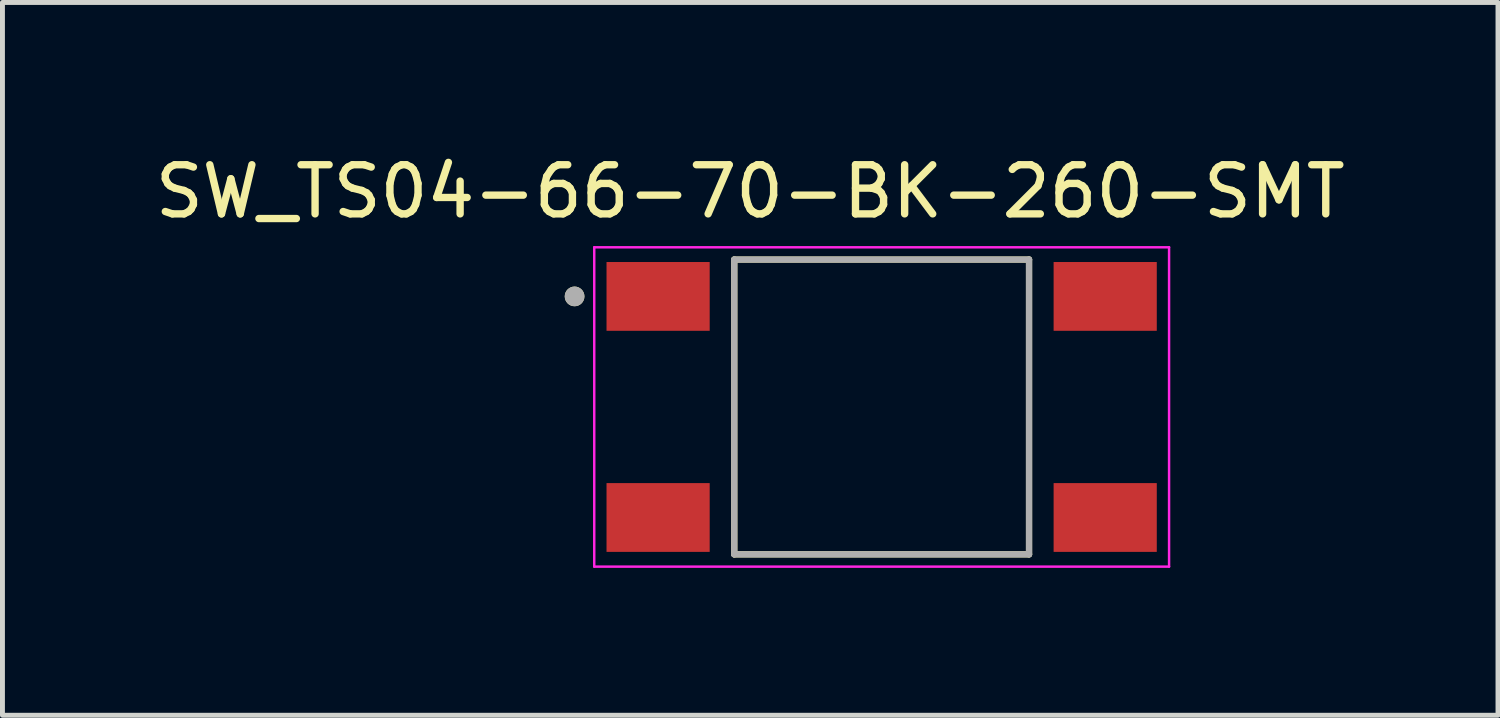
<source format=kicad_pcb>
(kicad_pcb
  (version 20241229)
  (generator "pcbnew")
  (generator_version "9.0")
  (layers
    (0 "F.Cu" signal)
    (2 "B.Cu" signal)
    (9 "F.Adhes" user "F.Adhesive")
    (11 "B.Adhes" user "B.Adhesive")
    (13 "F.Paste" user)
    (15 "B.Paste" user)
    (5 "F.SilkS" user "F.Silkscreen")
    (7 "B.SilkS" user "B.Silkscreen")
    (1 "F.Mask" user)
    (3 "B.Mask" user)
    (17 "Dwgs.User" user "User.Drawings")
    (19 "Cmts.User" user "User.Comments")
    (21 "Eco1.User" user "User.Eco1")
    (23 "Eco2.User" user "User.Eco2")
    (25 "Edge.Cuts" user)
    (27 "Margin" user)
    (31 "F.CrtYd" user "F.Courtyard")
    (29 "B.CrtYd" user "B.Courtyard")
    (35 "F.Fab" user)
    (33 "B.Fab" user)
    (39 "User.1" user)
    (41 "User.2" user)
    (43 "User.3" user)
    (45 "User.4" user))
  (footprint "SW_TS04-66-70-BK-260-SMT"
    (layer "F.Cu")
    (at 14.895 5.233)
    (property "Reference" "SW_TS04-66-70-BK-260-SMT" (at -2.675 -4.385 0) (layer "F.SilkS") (effects (font (size 1 1) (thickness 0.15))))
    (attr smd)
    (fp_line (start -3 -3) (end -3 3) (stroke (width 0.127) (type solid)) (layer "F.SilkS"))
    (fp_line (start -3 3) (end 3 3) (stroke (width 0.127) (type solid)) (layer "F.SilkS"))
    (fp_line (start 3 -3) (end -3 -3) (stroke (width 0.127) (type solid)) (layer "F.SilkS"))
    (fp_line (start 3 3) (end 3 -3) (stroke (width 0.127) (type solid)) (layer "F.SilkS"))
    (fp_circle (center -6.25 -2.25) (end -6.15 -2.25) (stroke (width 0.2) (type solid)) (fill no) (layer "F.SilkS"))
    (fp_line (start -5.85 -3.25) (end -5.85 3.25) (stroke (width 0.05) (type solid)) (layer "F.CrtYd"))
    (fp_line (start -5.85 3.25) (end 5.85 3.25) (stroke (width 0.05) (type solid)) (layer "F.CrtYd"))
    (fp_line (start 5.85 -3.25) (end -5.85 -3.25) (stroke (width 0.05) (type solid)) (layer "F.CrtYd"))
    (fp_line (start 5.85 3.25) (end 5.85 -3.25) (stroke (width 0.05) (type solid)) (layer "F.CrtYd"))
    (fp_line (start -3 -3) (end -3 3) (stroke (width 0.127) (type solid)) (layer "F.Fab"))
    (fp_line (start -3 3) (end 3 3) (stroke (width 0.127) (type solid)) (layer "F.Fab"))
    (fp_line (start 3 -3) (end -3 -3) (stroke (width 0.127) (type solid)) (layer "F.Fab"))
    (fp_line (start 3 3) (end 3 -3) (stroke (width 0.127) (type solid)) (layer "F.Fab"))
    (fp_circle (center -6.25 -2.25) (end -6.15 -2.25) (stroke (width 0.2) (type solid)) (fill no) (layer "F.Fab"))
    (pad "1" smd rect (at -4.55 -2.25) (size 2.1 1.4) (layers "F.Cu" "F.Mask" "F.Paste"))
    (pad "2" smd rect (at -4.55 2.25) (size 2.1 1.4) (layers "F.Cu" "F.Mask" "F.Paste"))
    (pad "3" smd rect (at 4.55 -2.25) (size 2.1 1.4) (layers "F.Cu" "F.Mask" "F.Paste"))
    (pad "4" smd rect (at 4.55 2.25) (size 2.1 1.4) (layers "F.Cu" "F.Mask" "F.Paste")))
  (gr_rect
    (start -3 -3)
    (end 27.44 11.508)
    (stroke (width 0.1) (type default))
    (fill no)
    (layer "Edge.Cuts")))
</source>
